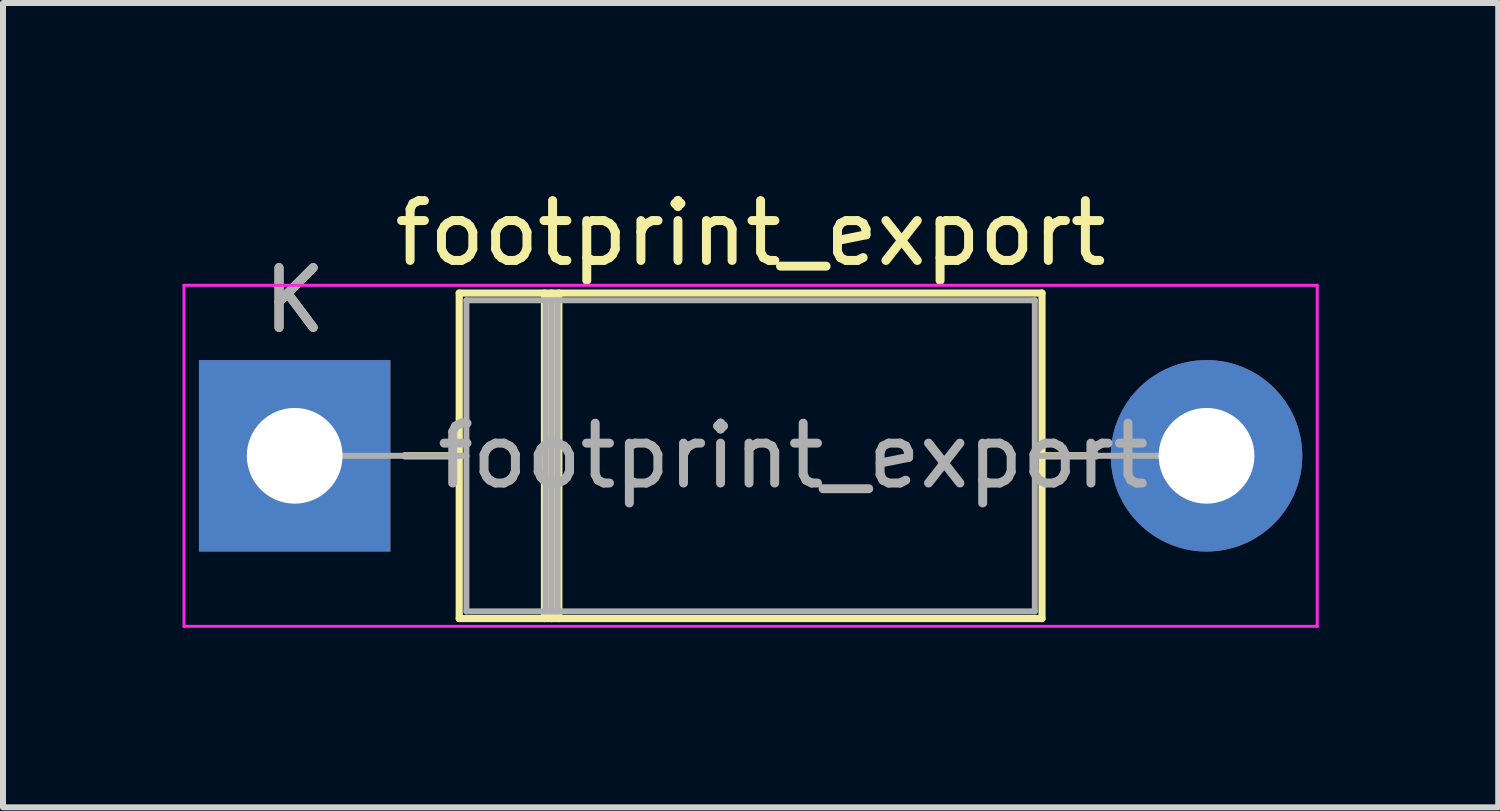
<source format=kicad_pcb>
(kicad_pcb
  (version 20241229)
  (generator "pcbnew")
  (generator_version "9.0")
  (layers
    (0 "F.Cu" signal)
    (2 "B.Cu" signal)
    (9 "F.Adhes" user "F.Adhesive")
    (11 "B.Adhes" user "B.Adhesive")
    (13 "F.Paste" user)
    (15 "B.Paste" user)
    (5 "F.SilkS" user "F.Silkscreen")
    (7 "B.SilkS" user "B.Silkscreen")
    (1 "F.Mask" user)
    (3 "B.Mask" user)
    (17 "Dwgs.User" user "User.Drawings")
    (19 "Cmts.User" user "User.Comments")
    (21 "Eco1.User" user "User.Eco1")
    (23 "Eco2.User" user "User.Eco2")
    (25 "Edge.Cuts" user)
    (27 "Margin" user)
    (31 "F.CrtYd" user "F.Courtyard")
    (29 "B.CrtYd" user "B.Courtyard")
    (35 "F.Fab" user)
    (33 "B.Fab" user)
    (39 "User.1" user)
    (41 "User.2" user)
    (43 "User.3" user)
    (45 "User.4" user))
  (footprint "footprint_export"
    (layer "F.Cu")
    (at 1.875 4.568)
    (property "Reference" "footprint_export" (at 7.62 -3.72 0) (layer "F.SilkS") (effects (font (size 1 1) (thickness 0.15))))
    (attr through_hole)
    (fp_line (start 1.84 0) (end 2.75 0) (stroke (width 0.12) (type solid)) (layer "F.SilkS"))
    (fp_line (start 2.75 -2.72) (end 2.75 2.72) (stroke (width 0.12) (type solid)) (layer "F.SilkS"))
    (fp_line (start 2.75 2.72) (end 12.49 2.72) (stroke (width 0.12) (type solid)) (layer "F.SilkS"))
    (fp_line (start 4.175 -2.72) (end 4.175 2.72) (stroke (width 0.12) (type solid)) (layer "F.SilkS"))
    (fp_line (start 4.295 -2.72) (end 4.295 2.72) (stroke (width 0.12) (type solid)) (layer "F.SilkS"))
    (fp_line (start 4.415 -2.72) (end 4.415 2.72) (stroke (width 0.12) (type solid)) (layer "F.SilkS"))
    (fp_line (start 12.49 -2.72) (end 2.75 -2.72) (stroke (width 0.12) (type solid)) (layer "F.SilkS"))
    (fp_line (start 12.49 2.72) (end 12.49 -2.72) (stroke (width 0.12) (type solid)) (layer "F.SilkS"))
    (fp_line (start 13.4 0) (end 12.49 0) (stroke (width 0.12) (type solid)) (layer "F.SilkS"))
    (fp_line (start -1.85 -2.85) (end -1.85 2.85) (stroke (width 0.05) (type solid)) (layer "F.CrtYd"))
    (fp_line (start -1.85 2.85) (end 17.09 2.85) (stroke (width 0.05) (type solid)) (layer "F.CrtYd"))
    (fp_line (start 17.09 -2.85) (end -1.85 -2.85) (stroke (width 0.05) (type solid)) (layer "F.CrtYd"))
    (fp_line (start 17.09 2.85) (end 17.09 -2.85) (stroke (width 0.05) (type solid)) (layer "F.CrtYd"))
    (fp_line (start 0 0) (end 2.87 0) (stroke (width 0.1) (type solid)) (layer "F.Fab"))
    (fp_line (start 2.87 -2.6) (end 2.87 2.6) (stroke (width 0.1) (type solid)) (layer "F.Fab"))
    (fp_line (start 2.87 2.6) (end 12.37 2.6) (stroke (width 0.1) (type solid)) (layer "F.Fab"))
    (fp_line (start 4.195 -2.6) (end 4.195 2.6) (stroke (width 0.1) (type solid)) (layer "F.Fab"))
    (fp_line (start 4.295 -2.6) (end 4.295 2.6) (stroke (width 0.1) (type solid)) (layer "F.Fab"))
    (fp_line (start 4.395 -2.6) (end 4.395 2.6) (stroke (width 0.1) (type solid)) (layer "F.Fab"))
    (fp_line (start 12.37 -2.6) (end 2.87 -2.6) (stroke (width 0.1) (type solid)) (layer "F.Fab"))
    (fp_line (start 12.37 2.6) (end 12.37 -2.6) (stroke (width 0.1) (type solid)) (layer "F.Fab"))
    (fp_line (start 15.24 0) (end 12.37 0) (stroke (width 0.1) (type solid)) (layer "F.Fab"))
    (fp_text user "K" (at 0 -2.6 0) (layer "F.SilkS") (effects (font (size 1 1) (thickness 0.15))))
    (fp_text user "${REFERENCE}" (at 8.332 0 0) (layer "F.Fab") (effects (font (size 1 1) (thickness 0.15))))
    (fp_text user "K" (at 0 -2.6 0) (layer "F.Fab") (effects (font (size 1 1) (thickness 0.15))))
    (pad "1" thru_hole rect (at 0 0) (size 3.2 3.2) (drill 1.6) (layers "*.Cu" "*.Mask"))
    (pad "2" thru_hole oval (at 15.24 0) (size 3.2 3.2) (drill 1.6) (layers "*.Cu" "*.Mask")))
  (gr_rect
    (start -3 -3)
    (end 21.99 10.443)
    (stroke (width 0.1) (type default))
    (fill no)
    (layer "Edge.Cuts")))
</source>
